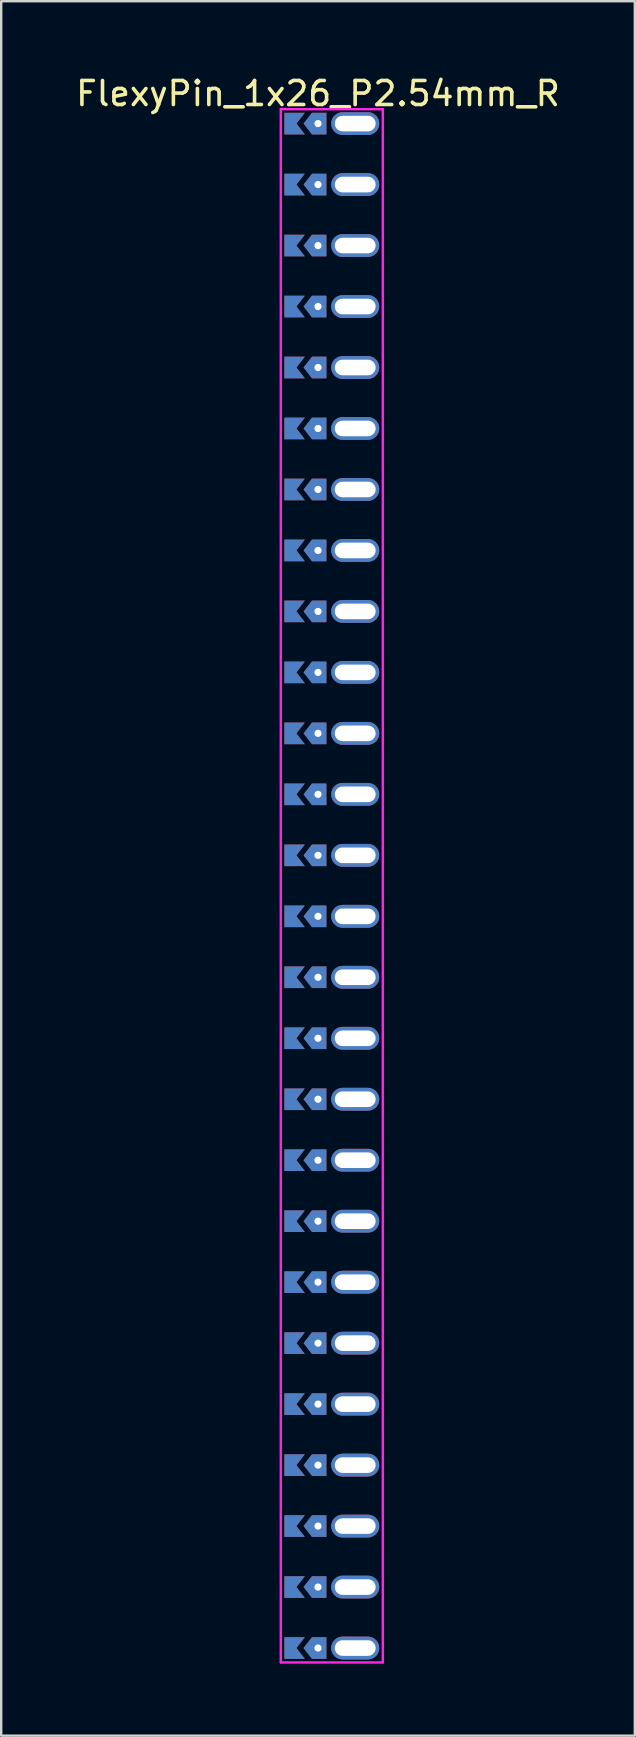
<source format=kicad_pcb>
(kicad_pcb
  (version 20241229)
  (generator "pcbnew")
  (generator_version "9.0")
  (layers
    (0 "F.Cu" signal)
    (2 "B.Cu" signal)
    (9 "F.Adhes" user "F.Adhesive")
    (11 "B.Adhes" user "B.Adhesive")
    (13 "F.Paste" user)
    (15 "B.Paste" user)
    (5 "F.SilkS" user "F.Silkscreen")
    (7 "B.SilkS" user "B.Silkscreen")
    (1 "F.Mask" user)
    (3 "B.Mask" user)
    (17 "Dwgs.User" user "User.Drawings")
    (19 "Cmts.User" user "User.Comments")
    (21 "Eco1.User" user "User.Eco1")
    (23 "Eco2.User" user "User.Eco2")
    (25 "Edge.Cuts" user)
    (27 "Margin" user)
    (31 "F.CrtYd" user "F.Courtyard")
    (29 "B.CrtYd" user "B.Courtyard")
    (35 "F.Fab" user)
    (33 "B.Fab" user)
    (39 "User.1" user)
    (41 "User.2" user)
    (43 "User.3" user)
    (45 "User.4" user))
  (footprint "FlexyPin_1x26_P2.54mm_R"
    (layer "F.Cu")
    (at 10.196 2.098)
    (property "Reference" "FlexyPin_1x26_P2.54mm_R" (at 0 -1.25 0) (layer "F.SilkS") (effects (font (size 1 1) (thickness 0.15))))
    (attr through_hole)
    (fp_line (start -1.55 -0.6) (end 2.7 -0.6) (stroke (width 0.1) (type solid)) (layer "F.CrtYd"))
    (fp_line (start -1.55 64.1) (end -1.55 -0.6) (stroke (width 0.1) (type solid)) (layer "F.CrtYd"))
    (fp_line (start 2.7 -0.6) (end 2.7 64.1) (stroke (width 0.1) (type solid)) (layer "F.CrtYd"))
    (fp_line (start 2.7 64.1) (end -1.55 64.1) (stroke (width 0.1) (type solid)) (layer "F.CrtYd"))
    (pad "" thru_hole custom (at 0 0) (size 0.3 0.3) (drill 0.6) (layers "*.Cu" "*.Mask") (options (anchor rect)) (primitives (gr_poly (pts (xy 0.35 0.45) (xy 0.35 -0.45) (xy -0.25 -0.45) (xy -0.6 0) (xy -0.25 0.45)) (width 0) (fill yes))))
    (pad "" thru_hole custom (at 0 2.54) (size 0.3 0.3) (drill 0.6) (layers "*.Cu" "*.Mask") (options (anchor rect)) (primitives (gr_poly (pts (xy 0.35 0.45) (xy 0.35 -0.45) (xy -0.25 -0.45) (xy -0.6 0) (xy -0.25 0.45)) (width 0) (fill yes))))
    (pad "" thru_hole custom (at 0 5.08) (size 0.3 0.3) (drill 0.6) (layers "*.Cu" "*.Mask") (options (anchor rect)) (primitives (gr_poly (pts (xy 0.35 0.45) (xy 0.35 -0.45) (xy -0.25 -0.45) (xy -0.6 0) (xy -0.25 0.45)) (width 0) (fill yes))))
    (pad "" thru_hole custom (at 0 7.62) (size 0.3 0.3) (drill 0.6) (layers "*.Cu" "*.Mask") (options (anchor rect)) (primitives (gr_poly (pts (xy 0.35 0.45) (xy 0.35 -0.45) (xy -0.25 -0.45) (xy -0.6 0) (xy -0.25 0.45)) (width 0) (fill yes))))
    (pad "" thru_hole custom (at 0 10.16) (size 0.3 0.3) (drill 0.6) (layers "*.Cu" "*.Mask") (options (anchor rect)) (primitives (gr_poly (pts (xy 0.35 0.45) (xy 0.35 -0.45) (xy -0.25 -0.45) (xy -0.6 0) (xy -0.25 0.45)) (width 0) (fill yes))))
    (pad "" thru_hole custom (at 0 12.7) (size 0.3 0.3) (drill 0.6) (layers "*.Cu" "*.Mask") (options (anchor rect)) (primitives (gr_poly (pts (xy 0.35 0.45) (xy 0.35 -0.45) (xy -0.25 -0.45) (xy -0.6 0) (xy -0.25 0.45)) (width 0) (fill yes))))
    (pad "" thru_hole custom (at 0 15.24) (size 0.3 0.3) (drill 0.6) (layers "*.Cu" "*.Mask") (options (anchor rect)) (primitives (gr_poly (pts (xy 0.35 0.45) (xy 0.35 -0.45) (xy -0.25 -0.45) (xy -0.6 0) (xy -0.25 0.45)) (width 0) (fill yes))))
    (pad "" thru_hole custom (at 0 17.78) (size 0.3 0.3) (drill 0.6) (layers "*.Cu" "*.Mask") (options (anchor rect)) (primitives (gr_poly (pts (xy 0.35 0.45) (xy 0.35 -0.45) (xy -0.25 -0.45) (xy -0.6 0) (xy -0.25 0.45)) (width 0) (fill yes))))
    (pad "" thru_hole custom (at 0 20.32) (size 0.3 0.3) (drill 0.6) (layers "*.Cu" "*.Mask") (options (anchor rect)) (primitives (gr_poly (pts (xy 0.35 0.45) (xy 0.35 -0.45) (xy -0.25 -0.45) (xy -0.6 0) (xy -0.25 0.45)) (width 0) (fill yes))))
    (pad "" thru_hole custom (at 0 22.86) (size 0.3 0.3) (drill 0.6) (layers "*.Cu" "*.Mask") (options (anchor rect)) (primitives (gr_poly (pts (xy 0.35 0.45) (xy 0.35 -0.45) (xy -0.25 -0.45) (xy -0.6 0) (xy -0.25 0.45)) (width 0) (fill yes))))
    (pad "" thru_hole custom (at 0 25.4) (size 0.3 0.3) (drill 0.6) (layers "*.Cu" "*.Mask") (options (anchor rect)) (primitives (gr_poly (pts (xy 0.35 0.45) (xy 0.35 -0.45) (xy -0.25 -0.45) (xy -0.6 0) (xy -0.25 0.45)) (width 0) (fill yes))))
    (pad "" thru_hole custom (at 0 27.94) (size 0.3 0.3) (drill 0.6) (layers "*.Cu" "*.Mask") (options (anchor rect)) (primitives (gr_poly (pts (xy 0.35 0.45) (xy 0.35 -0.45) (xy -0.25 -0.45) (xy -0.6 0) (xy -0.25 0.45)) (width 0) (fill yes))))
    (pad "" thru_hole custom (at 0 30.48) (size 0.3 0.3) (drill 0.6) (layers "*.Cu" "*.Mask") (options (anchor rect)) (primitives (gr_poly (pts (xy 0.35 0.45) (xy 0.35 -0.45) (xy -0.25 -0.45) (xy -0.6 0) (xy -0.25 0.45)) (width 0) (fill yes))))
    (pad "" thru_hole custom (at 0 33.02) (size 0.3 0.3) (drill 0.6) (layers "*.Cu" "*.Mask") (options (anchor rect)) (primitives (gr_poly (pts (xy 0.35 0.45) (xy 0.35 -0.45) (xy -0.25 -0.45) (xy -0.6 0) (xy -0.25 0.45)) (width 0) (fill yes))))
    (pad "" thru_hole custom (at 0 35.56) (size 0.3 0.3) (drill 0.6) (layers "*.Cu" "*.Mask") (options (anchor rect)) (primitives (gr_poly (pts (xy 0.35 0.45) (xy 0.35 -0.45) (xy -0.25 -0.45) (xy -0.6 0) (xy -0.25 0.45)) (width 0) (fill yes))))
    (pad "" thru_hole custom (at 0 38.1) (size 0.3 0.3) (drill 0.6) (layers "*.Cu" "*.Mask") (options (anchor rect)) (primitives (gr_poly (pts (xy 0.35 0.45) (xy 0.35 -0.45) (xy -0.25 -0.45) (xy -0.6 0) (xy -0.25 0.45)) (width 0) (fill yes))))
    (pad "" thru_hole custom (at 0 40.64) (size 0.3 0.3) (drill 0.6) (layers "*.Cu" "*.Mask") (options (anchor rect)) (primitives (gr_poly (pts (xy 0.35 0.45) (xy 0.35 -0.45) (xy -0.25 -0.45) (xy -0.6 0) (xy -0.25 0.45)) (width 0) (fill yes))))
    (pad "" thru_hole custom (at 0 43.18) (size 0.3 0.3) (drill 0.6) (layers "*.Cu" "*.Mask") (options (anchor rect)) (primitives (gr_poly (pts (xy 0.35 0.45) (xy 0.35 -0.45) (xy -0.25 -0.45) (xy -0.6 0) (xy -0.25 0.45)) (width 0) (fill yes))))
    (pad "" thru_hole custom (at 0 45.72) (size 0.3 0.3) (drill 0.6) (layers "*.Cu" "*.Mask") (options (anchor rect)) (primitives (gr_poly (pts (xy 0.35 0.45) (xy 0.35 -0.45) (xy -0.25 -0.45) (xy -0.6 0) (xy -0.25 0.45)) (width 0) (fill yes))))
    (pad "" thru_hole custom (at 0 48.26) (size 0.3 0.3) (drill 0.6) (layers "*.Cu" "*.Mask") (options (anchor rect)) (primitives (gr_poly (pts (xy 0.35 0.45) (xy 0.35 -0.45) (xy -0.25 -0.45) (xy -0.6 0) (xy -0.25 0.45)) (width 0) (fill yes))))
    (pad "" thru_hole custom (at 0 50.8) (size 0.3 0.3) (drill 0.6) (layers "*.Cu" "*.Mask") (options (anchor rect)) (primitives (gr_poly (pts (xy 0.35 0.45) (xy 0.35 -0.45) (xy -0.25 -0.45) (xy -0.6 0) (xy -0.25 0.45)) (width 0) (fill yes))))
    (pad "" thru_hole custom (at 0 53.34) (size 0.3 0.3) (drill 0.6) (layers "*.Cu" "*.Mask") (options (anchor rect)) (primitives (gr_poly (pts (xy 0.35 0.45) (xy 0.35 -0.45) (xy -0.25 -0.45) (xy -0.6 0) (xy -0.25 0.45)) (width 0) (fill yes))))
    (pad "" thru_hole custom (at 0 55.88) (size 0.3 0.3) (drill 0.6) (layers "*.Cu" "*.Mask") (options (anchor rect)) (primitives (gr_poly (pts (xy 0.35 0.45) (xy 0.35 -0.45) (xy -0.25 -0.45) (xy -0.6 0) (xy -0.25 0.45)) (width 0) (fill yes))))
    (pad "" thru_hole custom (at 0 58.42) (size 0.3 0.3) (drill 0.6) (layers "*.Cu" "*.Mask") (options (anchor rect)) (primitives (gr_poly (pts (xy 0.35 0.45) (xy 0.35 -0.45) (xy -0.25 -0.45) (xy -0.6 0) (xy -0.25 0.45)) (width 0) (fill yes))))
    (pad "" thru_hole custom (at 0 60.96) (size 0.3 0.3) (drill 0.6) (layers "*.Cu" "*.Mask") (options (anchor rect)) (primitives (gr_poly (pts (xy 0.35 0.45) (xy 0.35 -0.45) (xy -0.25 -0.45) (xy -0.6 0) (xy -0.25 0.45)) (width 0) (fill yes))))
    (pad "" thru_hole custom (at 0 63.5) (size 0.3 0.3) (drill 0.6) (layers "*.Cu" "*.Mask") (options (anchor rect)) (primitives (gr_poly (pts (xy 0.35 0.45) (xy 0.35 -0.45) (xy -0.25 -0.45) (xy -0.6 0) (xy -0.25 0.45)) (width 0) (fill yes))))
    (pad "" thru_hole oval (at 1.55 0) (size 2 0.95) (drill oval 1.7 0.65) (layers "*.Cu" "*.Mask"))
    (pad "" thru_hole oval (at 1.55 2.54) (size 2 0.95) (drill oval 1.7 0.65) (layers "*.Cu" "*.Mask"))
    (pad "" thru_hole oval (at 1.55 5.08) (size 2 0.95) (drill oval 1.7 0.65) (layers "*.Cu" "*.Mask"))
    (pad "" thru_hole oval (at 1.55 7.62) (size 2 0.95) (drill oval 1.7 0.65) (layers "*.Cu" "*.Mask"))
    (pad "" thru_hole oval (at 1.55 10.16) (size 2 0.95) (drill oval 1.7 0.65) (layers "*.Cu" "*.Mask"))
    (pad "" thru_hole oval (at 1.55 12.7) (size 2 0.95) (drill oval 1.7 0.65) (layers "*.Cu" "*.Mask"))
    (pad "" thru_hole oval (at 1.55 15.24) (size 2 0.95) (drill oval 1.7 0.65) (layers "*.Cu" "*.Mask"))
    (pad "" thru_hole oval (at 1.55 17.78) (size 2 0.95) (drill oval 1.7 0.65) (layers "*.Cu" "*.Mask"))
    (pad "" thru_hole oval (at 1.55 20.32) (size 2 0.95) (drill oval 1.7 0.65) (layers "*.Cu" "*.Mask"))
    (pad "" thru_hole oval (at 1.55 22.86) (size 2 0.95) (drill oval 1.7 0.65) (layers "*.Cu" "*.Mask"))
    (pad "" thru_hole oval (at 1.55 25.4) (size 2 0.95) (drill oval 1.7 0.65) (layers "*.Cu" "*.Mask"))
    (pad "" thru_hole oval (at 1.55 27.94) (size 2 0.95) (drill oval 1.7 0.65) (layers "*.Cu" "*.Mask"))
    (pad "" thru_hole oval (at 1.55 30.48) (size 2 0.95) (drill oval 1.7 0.65) (layers "*.Cu" "*.Mask"))
    (pad "" thru_hole oval (at 1.55 33.02) (size 2 0.95) (drill oval 1.7 0.65) (layers "*.Cu" "*.Mask"))
    (pad "" thru_hole oval (at 1.55 35.56) (size 2 0.95) (drill oval 1.7 0.65) (layers "*.Cu" "*.Mask"))
    (pad "" thru_hole oval (at 1.55 38.1) (size 2 0.95) (drill oval 1.7 0.65) (layers "*.Cu" "*.Mask"))
    (pad "" thru_hole oval (at 1.55 40.64) (size 2 0.95) (drill oval 1.7 0.65) (layers "*.Cu" "*.Mask"))
    (pad "" thru_hole oval (at 1.55 43.18) (size 2 0.95) (drill oval 1.7 0.65) (layers "*.Cu" "*.Mask"))
    (pad "" thru_hole oval (at 1.55 45.72) (size 2 0.95) (drill oval 1.7 0.65) (layers "*.Cu" "*.Mask"))
    (pad "" thru_hole oval (at 1.55 48.26) (size 2 0.95) (drill oval 1.7 0.65) (layers "*.Cu" "*.Mask"))
    (pad "" thru_hole oval (at 1.55 50.8) (size 2 0.95) (drill oval 1.7 0.65) (layers "*.Cu" "*.Mask"))
    (pad "" thru_hole oval (at 1.55 53.34) (size 2 0.95) (drill oval 1.7 0.65) (layers "*.Cu" "*.Mask"))
    (pad "" thru_hole oval (at 1.55 55.88) (size 2 0.95) (drill oval 1.7 0.65) (layers "*.Cu" "*.Mask"))
    (pad "" thru_hole oval (at 1.55 58.42) (size 2 0.95) (drill oval 1.7 0.65) (layers "*.Cu" "*.Mask"))
    (pad "" thru_hole oval (at 1.55 60.96) (size 2 0.95) (drill oval 1.7 0.65) (layers "*.Cu" "*.Mask"))
    (pad "" thru_hole oval (at 1.55 63.5) (size 2 0.95) (drill oval 1.7 0.65) (layers "*.Cu" "*.Mask"))
    (pad "1" smd custom (at -0.9 0) (size 0.01 0.01) (layers "F.Cu" "F.Mask") (options (anchor rect)) (primitives (gr_poly (pts (xy 0 0) (xy 0.35 0.45) (xy -0.5 0.45) (xy -0.5 -0.45) (xy 0.35 -0.45)) (width 0) (fill yes))))
    (pad "2" smd custom (at -0.9 2.54) (size 0.01 0.01) (layers "F.Cu" "F.Mask") (options (anchor rect)) (primitives (gr_poly (pts (xy 0 0) (xy 0.35 0.45) (xy -0.5 0.45) (xy -0.5 -0.45) (xy 0.35 -0.45)) (width 0) (fill yes))))
    (pad "3" smd custom (at -0.9 5.08) (size 0.01 0.01) (layers "F.Cu" "F.Mask") (options (anchor rect)) (primitives (gr_poly (pts (xy 0 0) (xy 0.35 0.45) (xy -0.5 0.45) (xy -0.5 -0.45) (xy 0.35 -0.45)) (width 0) (fill yes))))
    (pad "4" smd custom (at -0.9 7.62) (size 0.01 0.01) (layers "F.Cu" "F.Mask") (options (anchor rect)) (primitives (gr_poly (pts (xy 0 0) (xy 0.35 0.45) (xy -0.5 0.45) (xy -0.5 -0.45) (xy 0.35 -0.45)) (width 0) (fill yes))))
    (pad "5" smd custom (at -0.9 10.16) (size 0.01 0.01) (layers "F.Cu" "F.Mask") (options (anchor rect)) (primitives (gr_poly (pts (xy 0 0) (xy 0.35 0.45) (xy -0.5 0.45) (xy -0.5 -0.45) (xy 0.35 -0.45)) (width 0) (fill yes))))
    (pad "6" smd custom (at -0.9 12.7) (size 0.01 0.01) (layers "F.Cu" "F.Mask") (options (anchor rect)) (primitives (gr_poly (pts (xy 0 0) (xy 0.35 0.45) (xy -0.5 0.45) (xy -0.5 -0.45) (xy 0.35 -0.45)) (width 0) (fill yes))))
    (pad "7" smd custom (at -0.9 15.24) (size 0.01 0.01) (layers "F.Cu" "F.Mask") (options (anchor rect)) (primitives (gr_poly (pts (xy 0 0) (xy 0.35 0.45) (xy -0.5 0.45) (xy -0.5 -0.45) (xy 0.35 -0.45)) (width 0) (fill yes))))
    (pad "8" smd custom (at -0.9 17.78) (size 0.01 0.01) (layers "F.Cu" "F.Mask") (options (anchor rect)) (primitives (gr_poly (pts (xy 0 0) (xy 0.35 0.45) (xy -0.5 0.45) (xy -0.5 -0.45) (xy 0.35 -0.45)) (width 0) (fill yes))))
    (pad "9" smd custom (at -0.9 20.32) (size 0.01 0.01) (layers "F.Cu" "F.Mask") (options (anchor rect)) (primitives (gr_poly (pts (xy 0 0) (xy 0.35 0.45) (xy -0.5 0.45) (xy -0.5 -0.45) (xy 0.35 -0.45)) (width 0) (fill yes))))
    (pad "10" smd custom (at -0.9 22.86) (size 0.01 0.01) (layers "F.Cu" "F.Mask") (options (anchor rect)) (primitives (gr_poly (pts (xy 0 0) (xy 0.35 0.45) (xy -0.5 0.45) (xy -0.5 -0.45) (xy 0.35 -0.45)) (width 0) (fill yes))))
    (pad "11" smd custom (at -0.9 25.4) (size 0.01 0.01) (layers "F.Cu" "F.Mask") (options (anchor rect)) (primitives (gr_poly (pts (xy 0 0) (xy 0.35 0.45) (xy -0.5 0.45) (xy -0.5 -0.45) (xy 0.35 -0.45)) (width 0) (fill yes))))
    (pad "12" smd custom (at -0.9 27.94) (size 0.01 0.01) (layers "F.Cu" "F.Mask") (options (anchor rect)) (primitives (gr_poly (pts (xy 0 0) (xy 0.35 0.45) (xy -0.5 0.45) (xy -0.5 -0.45) (xy 0.35 -0.45)) (width 0) (fill yes))))
    (pad "13" smd custom (at -0.9 30.48) (size 0.01 0.01) (layers "F.Cu" "F.Mask") (options (anchor rect)) (primitives (gr_poly (pts (xy 0 0) (xy 0.35 0.45) (xy -0.5 0.45) (xy -0.5 -0.45) (xy 0.35 -0.45)) (width 0) (fill yes))))
    (pad "14" smd custom (at -0.9 33.02) (size 0.01 0.01) (layers "F.Cu" "F.Mask") (options (anchor rect)) (primitives (gr_poly (pts (xy 0 0) (xy 0.35 0.45) (xy -0.5 0.45) (xy -0.5 -0.45) (xy 0.35 -0.45)) (width 0) (fill yes))))
    (pad "15" smd custom (at -0.9 35.56) (size 0.01 0.01) (layers "F.Cu" "F.Mask") (options (anchor rect)) (primitives (gr_poly (pts (xy 0 0) (xy 0.35 0.45) (xy -0.5 0.45) (xy -0.5 -0.45) (xy 0.35 -0.45)) (width 0) (fill yes))))
    (pad "16" smd custom (at -0.9 38.1) (size 0.01 0.01) (layers "F.Cu" "F.Mask") (options (anchor rect)) (primitives (gr_poly (pts (xy 0 0) (xy 0.35 0.45) (xy -0.5 0.45) (xy -0.5 -0.45) (xy 0.35 -0.45)) (width 0) (fill yes))))
    (pad "17" smd custom (at -0.9 40.64) (size 0.01 0.01) (layers "F.Cu" "F.Mask") (options (anchor rect)) (primitives (gr_poly (pts (xy 0 0) (xy 0.35 0.45) (xy -0.5 0.45) (xy -0.5 -0.45) (xy 0.35 -0.45)) (width 0) (fill yes))))
    (pad "18" smd custom (at -0.9 43.18) (size 0.01 0.01) (layers "F.Cu" "F.Mask") (options (anchor rect)) (primitives (gr_poly (pts (xy 0 0) (xy 0.35 0.45) (xy -0.5 0.45) (xy -0.5 -0.45) (xy 0.35 -0.45)) (width 0) (fill yes))))
    (pad "19" smd custom (at -0.9 45.72) (size 0.01 0.01) (layers "F.Cu" "F.Mask") (options (anchor rect)) (primitives (gr_poly (pts (xy 0 0) (xy 0.35 0.45) (xy -0.5 0.45) (xy -0.5 -0.45) (xy 0.35 -0.45)) (width 0) (fill yes))))
    (pad "20" smd custom (at -0.9 48.26) (size 0.01 0.01) (layers "F.Cu" "F.Mask") (options (anchor rect)) (primitives (gr_poly (pts (xy 0 0) (xy 0.35 0.45) (xy -0.5 0.45) (xy -0.5 -0.45) (xy 0.35 -0.45)) (width 0) (fill yes))))
    (pad "21" smd custom (at -0.9 50.8) (size 0.01 0.01) (layers "F.Cu" "F.Mask") (options (anchor rect)) (primitives (gr_poly (pts (xy 0 0) (xy 0.35 0.45) (xy -0.5 0.45) (xy -0.5 -0.45) (xy 0.35 -0.45)) (width 0) (fill yes))))
    (pad "22" smd custom (at -0.9 53.34) (size 0.01 0.01) (layers "F.Cu" "F.Mask") (options (anchor rect)) (primitives (gr_poly (pts (xy 0 0) (xy 0.35 0.45) (xy -0.5 0.45) (xy -0.5 -0.45) (xy 0.35 -0.45)) (width 0) (fill yes))))
    (pad "23" smd custom (at -0.9 55.88) (size 0.01 0.01) (layers "F.Cu" "F.Mask") (options (anchor rect)) (primitives (gr_poly (pts (xy 0 0) (xy 0.35 0.45) (xy -0.5 0.45) (xy -0.5 -0.45) (xy 0.35 -0.45)) (width 0) (fill yes))))
    (pad "24" smd custom (at -0.9 58.42) (size 0.01 0.01) (layers "F.Cu" "F.Mask") (options (anchor rect)) (primitives (gr_poly (pts (xy 0 0) (xy 0.35 0.45) (xy -0.5 0.45) (xy -0.5 -0.45) (xy 0.35 -0.45)) (width 0) (fill yes))))
    (pad "25" smd custom (at -0.9 60.96) (size 0.01 0.01) (layers "F.Cu" "F.Mask") (options (anchor rect)) (primitives (gr_poly (pts (xy 0 0) (xy 0.35 0.45) (xy -0.5 0.45) (xy -0.5 -0.45) (xy 0.35 -0.45)) (width 0) (fill yes))))
    (pad "26" smd custom (at -0.9 63.5) (size 0.01 0.01) (layers "F.Cu" "F.Mask") (options (anchor rect)) (primitives (gr_poly (pts (xy 0 0) (xy 0.35 0.45) (xy -0.5 0.45) (xy -0.5 -0.45) (xy 0.35 -0.45)) (width 0) (fill yes))))
    (pad "27" smd custom (at -0.9 0) (size 0.01 0.01) (layers "B.Cu" "B.Mask") (options (anchor rect)) (primitives (gr_poly (pts (xy 0 0) (xy 0.35 0.45) (xy -0.5 0.45) (xy -0.5 -0.45) (xy 0.35 -0.45)) (width 0) (fill yes))))
    (pad "28" smd custom (at -0.9 2.54) (size 0.01 0.01) (layers "B.Cu" "B.Mask") (options (anchor rect)) (primitives (gr_poly (pts (xy 0 0) (xy 0.35 0.45) (xy -0.5 0.45) (xy -0.5 -0.45) (xy 0.35 -0.45)) (width 0) (fill yes))))
    (pad "29" smd custom (at -0.9 5.08) (size 0.01 0.01) (layers "B.Cu" "B.Mask") (options (anchor rect)) (primitives (gr_poly (pts (xy 0 0) (xy 0.35 0.45) (xy -0.5 0.45) (xy -0.5 -0.45) (xy 0.35 -0.45)) (width 0) (fill yes))))
    (pad "30" smd custom (at -0.9 7.62) (size 0.01 0.01) (layers "B.Cu" "B.Mask") (options (anchor rect)) (primitives (gr_poly (pts (xy 0 0) (xy 0.35 0.45) (xy -0.5 0.45) (xy -0.5 -0.45) (xy 0.35 -0.45)) (width 0) (fill yes))))
    (pad "31" smd custom (at -0.9 10.16) (size 0.01 0.01) (layers "B.Cu" "B.Mask") (options (anchor rect)) (primitives (gr_poly (pts (xy 0 0) (xy 0.35 0.45) (xy -0.5 0.45) (xy -0.5 -0.45) (xy 0.35 -0.45)) (width 0) (fill yes))))
    (pad "32" smd custom (at -0.9 12.7) (size 0.01 0.01) (layers "B.Cu" "B.Mask") (options (anchor rect)) (primitives (gr_poly (pts (xy 0 0) (xy 0.35 0.45) (xy -0.5 0.45) (xy -0.5 -0.45) (xy 0.35 -0.45)) (width 0) (fill yes))))
    (pad "33" smd custom (at -0.9 15.24) (size 0.01 0.01) (layers "B.Cu" "B.Mask") (options (anchor rect)) (primitives (gr_poly (pts (xy 0 0) (xy 0.35 0.45) (xy -0.5 0.45) (xy -0.5 -0.45) (xy 0.35 -0.45)) (width 0) (fill yes))))
    (pad "34" smd custom (at -0.9 17.78) (size 0.01 0.01) (layers "B.Cu" "B.Mask") (options (anchor rect)) (primitives (gr_poly (pts (xy 0 0) (xy 0.35 0.45) (xy -0.5 0.45) (xy -0.5 -0.45) (xy 0.35 -0.45)) (width 0) (fill yes))))
    (pad "35" smd custom (at -0.9 20.32) (size 0.01 0.01) (layers "B.Cu" "B.Mask") (options (anchor rect)) (primitives (gr_poly (pts (xy 0 0) (xy 0.35 0.45) (xy -0.5 0.45) (xy -0.5 -0.45) (xy 0.35 -0.45)) (width 0) (fill yes))))
    (pad "36" smd custom (at -0.9 22.86) (size 0.01 0.01) (layers "B.Cu" "B.Mask") (options (anchor rect)) (primitives (gr_poly (pts (xy 0 0) (xy 0.35 0.45) (xy -0.5 0.45) (xy -0.5 -0.45) (xy 0.35 -0.45)) (width 0) (fill yes))))
    (pad "37" smd custom (at -0.9 25.4) (size 0.01 0.01) (layers "B.Cu" "B.Mask") (options (anchor rect)) (primitives (gr_poly (pts (xy 0 0) (xy 0.35 0.45) (xy -0.5 0.45) (xy -0.5 -0.45) (xy 0.35 -0.45)) (width 0) (fill yes))))
    (pad "38" smd custom (at -0.9 27.94) (size 0.01 0.01) (layers "B.Cu" "B.Mask") (options (anchor rect)) (primitives (gr_poly (pts (xy 0 0) (xy 0.35 0.45) (xy -0.5 0.45) (xy -0.5 -0.45) (xy 0.35 -0.45)) (width 0) (fill yes))))
    (pad "39" smd custom (at -0.9 30.48) (size 0.01 0.01) (layers "B.Cu" "B.Mask") (options (anchor rect)) (primitives (gr_poly (pts (xy 0 0) (xy 0.35 0.45) (xy -0.5 0.45) (xy -0.5 -0.45) (xy 0.35 -0.45)) (width 0) (fill yes))))
    (pad "40" smd custom (at -0.9 33.02) (size 0.01 0.01) (layers "B.Cu" "B.Mask") (options (anchor rect)) (primitives (gr_poly (pts (xy 0 0) (xy 0.35 0.45) (xy -0.5 0.45) (xy -0.5 -0.45) (xy 0.35 -0.45)) (width 0) (fill yes))))
    (pad "41" smd custom (at -0.9 35.56) (size 0.01 0.01) (layers "B.Cu" "B.Mask") (options (anchor rect)) (primitives (gr_poly (pts (xy 0 0) (xy 0.35 0.45) (xy -0.5 0.45) (xy -0.5 -0.45) (xy 0.35 -0.45)) (width 0) (fill yes))))
    (pad "42" smd custom (at -0.9 38.1) (size 0.01 0.01) (layers "B.Cu" "B.Mask") (options (anchor rect)) (primitives (gr_poly (pts (xy 0 0) (xy 0.35 0.45) (xy -0.5 0.45) (xy -0.5 -0.45) (xy 0.35 -0.45)) (width 0) (fill yes))))
    (pad "43" smd custom (at -0.9 40.64) (size 0.01 0.01) (layers "B.Cu" "B.Mask") (options (anchor rect)) (primitives (gr_poly (pts (xy 0 0) (xy 0.35 0.45) (xy -0.5 0.45) (xy -0.5 -0.45) (xy 0.35 -0.45)) (width 0) (fill yes))))
    (pad "44" smd custom (at -0.9 43.18) (size 0.01 0.01) (layers "B.Cu" "B.Mask") (options (anchor rect)) (primitives (gr_poly (pts (xy 0 0) (xy 0.35 0.45) (xy -0.5 0.45) (xy -0.5 -0.45) (xy 0.35 -0.45)) (width 0) (fill yes))))
    (pad "45" smd custom (at -0.9 45.72) (size 0.01 0.01) (layers "B.Cu" "B.Mask") (options (anchor rect)) (primitives (gr_poly (pts (xy 0 0) (xy 0.35 0.45) (xy -0.5 0.45) (xy -0.5 -0.45) (xy 0.35 -0.45)) (width 0) (fill yes))))
    (pad "46" smd custom (at -0.9 48.26) (size 0.01 0.01) (layers "B.Cu" "B.Mask") (options (anchor rect)) (primitives (gr_poly (pts (xy 0 0) (xy 0.35 0.45) (xy -0.5 0.45) (xy -0.5 -0.45) (xy 0.35 -0.45)) (width 0) (fill yes))))
    (pad "47" smd custom (at -0.9 50.8) (size 0.01 0.01) (layers "B.Cu" "B.Mask") (options (anchor rect)) (primitives (gr_poly (pts (xy 0 0) (xy 0.35 0.45) (xy -0.5 0.45) (xy -0.5 -0.45) (xy 0.35 -0.45)) (width 0) (fill yes))))
    (pad "48" smd custom (at -0.9 53.34) (size 0.01 0.01) (layers "B.Cu" "B.Mask") (options (anchor rect)) (primitives (gr_poly (pts (xy 0 0) (xy 0.35 0.45) (xy -0.5 0.45) (xy -0.5 -0.45) (xy 0.35 -0.45)) (width 0) (fill yes))))
    (pad "49" smd custom (at -0.9 55.88) (size 0.01 0.01) (layers "B.Cu" "B.Mask") (options (anchor rect)) (primitives (gr_poly (pts (xy 0 0) (xy 0.35 0.45) (xy -0.5 0.45) (xy -0.5 -0.45) (xy 0.35 -0.45)) (width 0) (fill yes))))
    (pad "50" smd custom (at -0.9 58.42) (size 0.01 0.01) (layers "B.Cu" "B.Mask") (options (anchor rect)) (primitives (gr_poly (pts (xy 0 0) (xy 0.35 0.45) (xy -0.5 0.45) (xy -0.5 -0.45) (xy 0.35 -0.45)) (width 0) (fill yes))))
    (pad "51" smd custom (at -0.9 60.96) (size 0.01 0.01) (layers "B.Cu" "B.Mask") (options (anchor rect)) (primitives (gr_poly (pts (xy 0 0) (xy 0.35 0.45) (xy -0.5 0.45) (xy -0.5 -0.45) (xy 0.35 -0.45)) (width 0) (fill yes))))
    (pad "52" smd custom (at -0.9 63.5) (size 0.01 0.01) (layers "B.Cu" "B.Mask") (options (anchor rect)) (primitives (gr_poly (pts (xy 0 0) (xy 0.35 0.45) (xy -0.5 0.45) (xy -0.5 -0.45) (xy 0.35 -0.45)) (width 0) (fill yes)))))
  (gr_rect
    (start -3 -3)
    (end 23.393 69.248)
    (stroke (width 0.1) (type default))
    (fill no)
    (layer "Edge.Cuts")))
</source>
